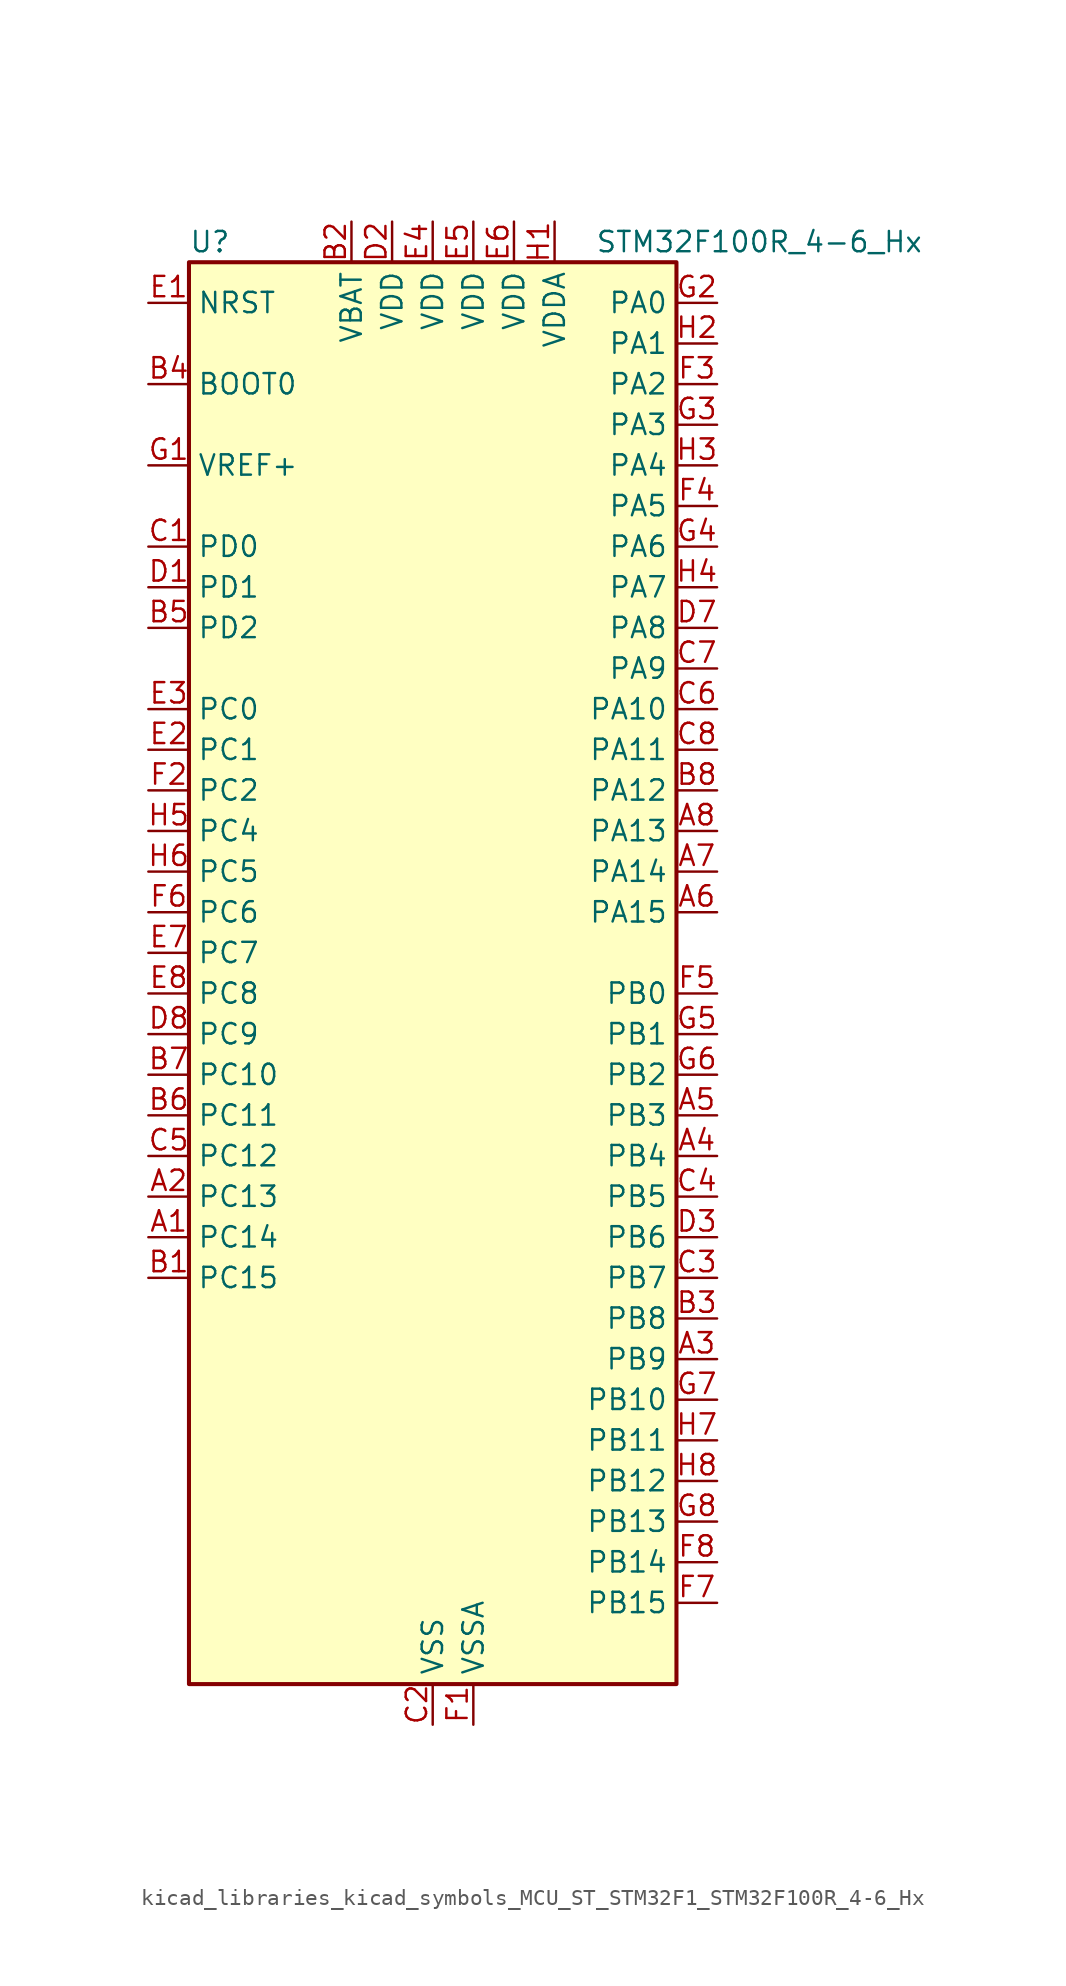
<source format=kicad_sym>
(kicad_symbol_lib
  (version 20220914)
  (generator kicad_symbol_editor)
  (symbol "kicad_libraries_kicad_symbols_MCU_ST_STM32F1_STM32F100R_4-6_Hx"
    (property "Reference" "U"
      (at -15.24 46.99 0)
      (effects (font (size 1.27 1.27)) (justify left)))
    (property "Value" "STM32F100R_4-6_Hx"
      (at 10.16 46.99 0)
      (effects (font (size 1.27 1.27)) (justify left)))
    (property "ki_locked" ""
      (at 0 0 0)
      (effects (font (size 1.27 1.27))))
    (symbol "kicad_libraries_kicad_symbols_MCU_ST_STM32F1_STM32F100R_4-6_Hx_0_1"
      (rectangle (start -15.24 -43.18) (end 15.24 45.72) (stroke (width 0.254) (type default)) (fill (type background))))
    (symbol "kicad_libraries_kicad_symbols_MCU_ST_STM32F1_STM32F100R_4-6_Hx_1_1"
      (pin bidirectional line (at -17.78 -15.24 0) (length 2.54) (name "PC14" (effects (font (size 1.27 1.27)))) (number "A1" (effects (font (size 1.27 1.27)))) (alternate "RCC_OSC32_IN" bidirectional line))
      (pin bidirectional line (at -17.78 -12.7 0) (length 2.54) (name "PC13" (effects (font (size 1.27 1.27)))) (number "A2" (effects (font (size 1.27 1.27)))) (alternate "RTC_OUT" bidirectional line) (alternate "RTC_TAMPER" bidirectional line))
      (pin bidirectional line (at 17.78 -22.86 180) (length 2.54) (name "PB9" (effects (font (size 1.27 1.27)))) (number "A3" (effects (font (size 1.27 1.27)))) (alternate "DAC_EXTI9" bidirectional line) (alternate "I2C1_SDA" bidirectional line) (alternate "TIM17_CH1" bidirectional line))
      (pin bidirectional line (at 17.78 -10.16 180) (length 2.54) (name "PB4" (effects (font (size 1.27 1.27)))) (number "A4" (effects (font (size 1.27 1.27)))) (alternate "SPI1_MISO" bidirectional line) (alternate "SYS_NJTRST" bidirectional line) (alternate "TIM3_CH1" bidirectional line))
      (pin bidirectional line (at 17.78 -7.62 180) (length 2.54) (name "PB3" (effects (font (size 1.27 1.27)))) (number "A5" (effects (font (size 1.27 1.27)))) (alternate "SPI1_SCK" bidirectional line) (alternate "SYS_JTDO-TRACESWO" bidirectional line) (alternate "TIM2_CH2" bidirectional line))
      (pin bidirectional line (at 17.78 5.08 180) (length 2.54) (name "PA15" (effects (font (size 1.27 1.27)))) (number "A6" (effects (font (size 1.27 1.27)))) (alternate "ADC1_EXTI15" bidirectional line) (alternate "SPI1_NSS" bidirectional line) (alternate "SYS_JTDI" bidirectional line) (alternate "TIM2_CH1" bidirectional line) (alternate "TIM2_ETR" bidirectional line))
      (pin bidirectional line (at 17.78 7.62 180) (length 2.54) (name "PA14" (effects (font (size 1.27 1.27)))) (number "A7" (effects (font (size 1.27 1.27)))) (alternate "SYS_JTCK-SWCLK" bidirectional line))
      (pin bidirectional line (at 17.78 10.16 180) (length 2.54) (name "PA13" (effects (font (size 1.27 1.27)))) (number "A8" (effects (font (size 1.27 1.27)))) (alternate "SYS_JTMS-SWDIO" bidirectional line))
      (pin bidirectional line (at -17.78 -17.78 0) (length 2.54) (name "PC15" (effects (font (size 1.27 1.27)))) (number "B1" (effects (font (size 1.27 1.27)))) (alternate "ADC1_EXTI15" bidirectional line) (alternate "RCC_OSC32_OUT" bidirectional line))
      (pin power_in line (at -5.08 48.26 270) (length 2.54) (name "VBAT" (effects (font (size 1.27 1.27)))) (number "B2" (effects (font (size 1.27 1.27)))))
      (pin bidirectional line (at 17.78 -20.32 180) (length 2.54) (name "PB8" (effects (font (size 1.27 1.27)))) (number "B3" (effects (font (size 1.27 1.27)))) (alternate "CEC" bidirectional line) (alternate "I2C1_SCL" bidirectional line) (alternate "TIM16_CH1" bidirectional line))
      (pin input line (at -17.78 38.1 0) (length 2.54) (name "BOOT0" (effects (font (size 1.27 1.27)))) (number "B4" (effects (font (size 1.27 1.27)))))
      (pin bidirectional line (at -17.78 22.86 0) (length 2.54) (name "PD2" (effects (font (size 1.27 1.27)))) (number "B5" (effects (font (size 1.27 1.27)))) (alternate "TIM3_ETR" bidirectional line))
      (pin bidirectional line (at -17.78 -7.62 0) (length 2.54) (name "PC11" (effects (font (size 1.27 1.27)))) (number "B6" (effects (font (size 1.27 1.27)))) (alternate "ADC1_EXTI11" bidirectional line))
      (pin bidirectional line (at -17.78 -5.08 0) (length 2.54) (name "PC10" (effects (font (size 1.27 1.27)))) (number "B7" (effects (font (size 1.27 1.27)))))
      (pin bidirectional line (at 17.78 12.7 180) (length 2.54) (name "PA12" (effects (font (size 1.27 1.27)))) (number "B8" (effects (font (size 1.27 1.27)))) (alternate "TIM1_ETR" bidirectional line) (alternate "USART1_RTS" bidirectional line))
      (pin bidirectional line (at -17.78 27.94 0) (length 2.54) (name "PD0" (effects (font (size 1.27 1.27)))) (number "C1" (effects (font (size 1.27 1.27)))) (alternate "RCC_OSC_IN" bidirectional line))
      (pin power_in line (at 0 -45.72 90) (length 2.54) (name "VSS" (effects (font (size 1.27 1.27)))) (number "C2" (effects (font (size 1.27 1.27)))))
      (pin bidirectional line (at 17.78 -17.78 180) (length 2.54) (name "PB7" (effects (font (size 1.27 1.27)))) (number "C3" (effects (font (size 1.27 1.27)))) (alternate "I2C1_SDA" bidirectional line) (alternate "TIM17_CH1N" bidirectional line) (alternate "USART1_RX" bidirectional line))
      (pin bidirectional line (at 17.78 -12.7 180) (length 2.54) (name "PB5" (effects (font (size 1.27 1.27)))) (number "C4" (effects (font (size 1.27 1.27)))) (alternate "I2C1_SMBA" bidirectional line) (alternate "SPI1_MOSI" bidirectional line) (alternate "TIM16_BKIN" bidirectional line) (alternate "TIM3_CH2" bidirectional line))
      (pin bidirectional line (at -17.78 -10.16 0) (length 2.54) (name "PC12" (effects (font (size 1.27 1.27)))) (number "C5" (effects (font (size 1.27 1.27)))))
      (pin bidirectional line (at 17.78 17.78 180) (length 2.54) (name "PA10" (effects (font (size 1.27 1.27)))) (number "C6" (effects (font (size 1.27 1.27)))) (alternate "TIM17_BKIN" bidirectional line) (alternate "TIM1_CH3" bidirectional line) (alternate "USART1_RX" bidirectional line))
      (pin bidirectional line (at 17.78 20.32 180) (length 2.54) (name "PA9" (effects (font (size 1.27 1.27)))) (number "C7" (effects (font (size 1.27 1.27)))) (alternate "DAC_EXTI9" bidirectional line) (alternate "TIM15_BKIN" bidirectional line) (alternate "TIM1_CH2" bidirectional line) (alternate "USART1_TX" bidirectional line))
      (pin bidirectional line (at 17.78 15.24 180) (length 2.54) (name "PA11" (effects (font (size 1.27 1.27)))) (number "C8" (effects (font (size 1.27 1.27)))) (alternate "ADC1_EXTI11" bidirectional line) (alternate "TIM1_CH4" bidirectional line) (alternate "USART1_CTS" bidirectional line))
      (pin bidirectional line (at -17.78 25.4 0) (length 2.54) (name "PD1" (effects (font (size 1.27 1.27)))) (number "D1" (effects (font (size 1.27 1.27)))) (alternate "RCC_OSC_OUT" bidirectional line))
      (pin power_in line (at -2.54 48.26 270) (length 2.54) (name "VDD" (effects (font (size 1.27 1.27)))) (number "D2" (effects (font (size 1.27 1.27)))))
      (pin bidirectional line (at 17.78 -15.24 180) (length 2.54) (name "PB6" (effects (font (size 1.27 1.27)))) (number "D3" (effects (font (size 1.27 1.27)))) (alternate "I2C1_SCL" bidirectional line) (alternate "TIM16_CH1N" bidirectional line) (alternate "USART1_TX" bidirectional line))
      (pin passive line (at 0 -45.72 90) (length 2.54) hide (name "VSS" (effects (font (size 1.27 1.27)))) (number "D4" (effects (font (size 1.27 1.27)))))
      (pin passive line (at 0 -45.72 90) (length 2.54) hide (name "VSS" (effects (font (size 1.27 1.27)))) (number "D5" (effects (font (size 1.27 1.27)))))
      (pin passive line (at 0 -45.72 90) (length 2.54) hide (name "VSS" (effects (font (size 1.27 1.27)))) (number "D6" (effects (font (size 1.27 1.27)))))
      (pin bidirectional line (at 17.78 22.86 180) (length 2.54) (name "PA8" (effects (font (size 1.27 1.27)))) (number "D7" (effects (font (size 1.27 1.27)))) (alternate "RCC_MCO" bidirectional line) (alternate "TIM1_CH1" bidirectional line) (alternate "USART1_CK" bidirectional line))
      (pin bidirectional line (at -17.78 -2.54 0) (length 2.54) (name "PC9" (effects (font (size 1.27 1.27)))) (number "D8" (effects (font (size 1.27 1.27)))) (alternate "DAC_EXTI9" bidirectional line) (alternate "TIM3_CH4" bidirectional line))
      (pin input line (at -17.78 43.18 0) (length 2.54) (name "NRST" (effects (font (size 1.27 1.27)))) (number "E1" (effects (font (size 1.27 1.27)))))
      (pin bidirectional line (at -17.78 15.24 0) (length 2.54) (name "PC1" (effects (font (size 1.27 1.27)))) (number "E2" (effects (font (size 1.27 1.27)))) (alternate "ADC1_IN11" bidirectional line))
      (pin bidirectional line (at -17.78 17.78 0) (length 2.54) (name "PC0" (effects (font (size 1.27 1.27)))) (number "E3" (effects (font (size 1.27 1.27)))) (alternate "ADC1_IN10" bidirectional line))
      (pin power_in line (at 0 48.26 270) (length 2.54) (name "VDD" (effects (font (size 1.27 1.27)))) (number "E4" (effects (font (size 1.27 1.27)))))
      (pin power_in line (at 2.54 48.26 270) (length 2.54) (name "VDD" (effects (font (size 1.27 1.27)))) (number "E5" (effects (font (size 1.27 1.27)))))
      (pin power_in line (at 5.08 48.26 270) (length 2.54) (name "VDD" (effects (font (size 1.27 1.27)))) (number "E6" (effects (font (size 1.27 1.27)))))
      (pin bidirectional line (at -17.78 2.54 0) (length 2.54) (name "PC7" (effects (font (size 1.27 1.27)))) (number "E7" (effects (font (size 1.27 1.27)))) (alternate "TIM3_CH2" bidirectional line))
      (pin bidirectional line (at -17.78 0 0) (length 2.54) (name "PC8" (effects (font (size 1.27 1.27)))) (number "E8" (effects (font (size 1.27 1.27)))) (alternate "TIM3_CH3" bidirectional line))
      (pin power_in line (at 2.54 -45.72 90) (length 2.54) (name "VSSA" (effects (font (size 1.27 1.27)))) (number "F1" (effects (font (size 1.27 1.27)))))
      (pin bidirectional line (at -17.78 12.7 0) (length 2.54) (name "PC2" (effects (font (size 1.27 1.27)))) (number "F2" (effects (font (size 1.27 1.27)))) (alternate "ADC1_IN12" bidirectional line))
      (pin bidirectional line (at 17.78 38.1 180) (length 2.54) (name "PA2" (effects (font (size 1.27 1.27)))) (number "F3" (effects (font (size 1.27 1.27)))) (alternate "ADC1_IN2" bidirectional line) (alternate "TIM15_CH1" bidirectional line) (alternate "TIM2_CH3" bidirectional line) (alternate "USART2_TX" bidirectional line))
      (pin bidirectional line (at 17.78 30.48 180) (length 2.54) (name "PA5" (effects (font (size 1.27 1.27)))) (number "F4" (effects (font (size 1.27 1.27)))) (alternate "ADC1_IN5" bidirectional line) (alternate "DAC_OUT2" bidirectional line) (alternate "SPI1_SCK" bidirectional line))
      (pin bidirectional line (at 17.78 0 180) (length 2.54) (name "PB0" (effects (font (size 1.27 1.27)))) (number "F5" (effects (font (size 1.27 1.27)))) (alternate "ADC1_IN8" bidirectional line) (alternate "TIM1_CH2N" bidirectional line) (alternate "TIM3_CH3" bidirectional line))
      (pin bidirectional line (at -17.78 5.08 0) (length 2.54) (name "PC6" (effects (font (size 1.27 1.27)))) (number "F6" (effects (font (size 1.27 1.27)))) (alternate "TIM3_CH1" bidirectional line))
      (pin bidirectional line (at 17.78 -38.1 180) (length 2.54) (name "PB15" (effects (font (size 1.27 1.27)))) (number "F7" (effects (font (size 1.27 1.27)))) (alternate "ADC1_EXTI15" bidirectional line) (alternate "TIM15_CH1N" bidirectional line) (alternate "TIM15_CH2" bidirectional line) (alternate "TIM1_CH3N" bidirectional line))
      (pin bidirectional line (at 17.78 -35.56 180) (length 2.54) (name "PB14" (effects (font (size 1.27 1.27)))) (number "F8" (effects (font (size 1.27 1.27)))) (alternate "TIM15_CH1" bidirectional line) (alternate "TIM1_CH2N" bidirectional line))
      (pin input line (at -17.78 33.02 0) (length 2.54) (name "VREF+" (effects (font (size 1.27 1.27)))) (number "G1" (effects (font (size 1.27 1.27)))))
      (pin bidirectional line (at 17.78 43.18 180) (length 2.54) (name "PA0" (effects (font (size 1.27 1.27)))) (number "G2" (effects (font (size 1.27 1.27)))) (alternate "ADC1_IN0" bidirectional line) (alternate "SYS_WKUP" bidirectional line) (alternate "TIM2_CH1" bidirectional line) (alternate "TIM2_ETR" bidirectional line) (alternate "USART2_CTS" bidirectional line))
      (pin bidirectional line (at 17.78 35.56 180) (length 2.54) (name "PA3" (effects (font (size 1.27 1.27)))) (number "G3" (effects (font (size 1.27 1.27)))) (alternate "ADC1_IN3" bidirectional line) (alternate "TIM15_CH2" bidirectional line) (alternate "TIM2_CH4" bidirectional line) (alternate "USART2_RX" bidirectional line))
      (pin bidirectional line (at 17.78 27.94 180) (length 2.54) (name "PA6" (effects (font (size 1.27 1.27)))) (number "G4" (effects (font (size 1.27 1.27)))) (alternate "ADC1_IN6" bidirectional line) (alternate "SPI1_MISO" bidirectional line) (alternate "TIM16_CH1" bidirectional line) (alternate "TIM1_BKIN" bidirectional line) (alternate "TIM3_CH1" bidirectional line))
      (pin bidirectional line (at 17.78 -2.54 180) (length 2.54) (name "PB1" (effects (font (size 1.27 1.27)))) (number "G5" (effects (font (size 1.27 1.27)))) (alternate "ADC1_IN9" bidirectional line) (alternate "TIM1_CH3N" bidirectional line) (alternate "TIM3_CH4" bidirectional line))
      (pin bidirectional line (at 17.78 -5.08 180) (length 2.54) (name "PB2" (effects (font (size 1.27 1.27)))) (number "G6" (effects (font (size 1.27 1.27)))))
      (pin bidirectional line (at 17.78 -25.4 180) (length 2.54) (name "PB10" (effects (font (size 1.27 1.27)))) (number "G7" (effects (font (size 1.27 1.27)))) (alternate "CEC" bidirectional line) (alternate "TIM2_CH3" bidirectional line))
      (pin bidirectional line (at 17.78 -33.02 180) (length 2.54) (name "PB13" (effects (font (size 1.27 1.27)))) (number "G8" (effects (font (size 1.27 1.27)))) (alternate "TIM1_CH1N" bidirectional line))
      (pin power_in line (at 7.62 48.26 270) (length 2.54) (name "VDDA" (effects (font (size 1.27 1.27)))) (number "H1" (effects (font (size 1.27 1.27)))))
      (pin bidirectional line (at 17.78 40.64 180) (length 2.54) (name "PA1" (effects (font (size 1.27 1.27)))) (number "H2" (effects (font (size 1.27 1.27)))) (alternate "ADC1_IN1" bidirectional line) (alternate "TIM2_CH2" bidirectional line) (alternate "USART2_RTS" bidirectional line))
      (pin bidirectional line (at 17.78 33.02 180) (length 2.54) (name "PA4" (effects (font (size 1.27 1.27)))) (number "H3" (effects (font (size 1.27 1.27)))) (alternate "ADC1_IN4" bidirectional line) (alternate "DAC_OUT1" bidirectional line) (alternate "SPI1_NSS" bidirectional line) (alternate "USART2_CK" bidirectional line))
      (pin bidirectional line (at 17.78 25.4 180) (length 2.54) (name "PA7" (effects (font (size 1.27 1.27)))) (number "H4" (effects (font (size 1.27 1.27)))) (alternate "ADC1_IN7" bidirectional line) (alternate "SPI1_MOSI" bidirectional line) (alternate "TIM17_CH1" bidirectional line) (alternate "TIM1_CH1N" bidirectional line) (alternate "TIM3_CH2" bidirectional line))
      (pin bidirectional line (at -17.78 10.16 0) (length 2.54) (name "PC4" (effects (font (size 1.27 1.27)))) (number "H5" (effects (font (size 1.27 1.27)))) (alternate "ADC1_IN14" bidirectional line))
      (pin bidirectional line (at -17.78 7.62 0) (length 2.54) (name "PC5" (effects (font (size 1.27 1.27)))) (number "H6" (effects (font (size 1.27 1.27)))) (alternate "ADC1_IN15" bidirectional line))
      (pin bidirectional line (at 17.78 -27.94 180) (length 2.54) (name "PB11" (effects (font (size 1.27 1.27)))) (number "H7" (effects (font (size 1.27 1.27)))) (alternate "ADC1_EXTI11" bidirectional line) (alternate "TIM2_CH4" bidirectional line))
      (pin bidirectional line (at 17.78 -30.48 180) (length 2.54) (name "PB12" (effects (font (size 1.27 1.27)))) (number "H8" (effects (font (size 1.27 1.27)))) (alternate "TIM1_BKIN" bidirectional line)))))
</source>
